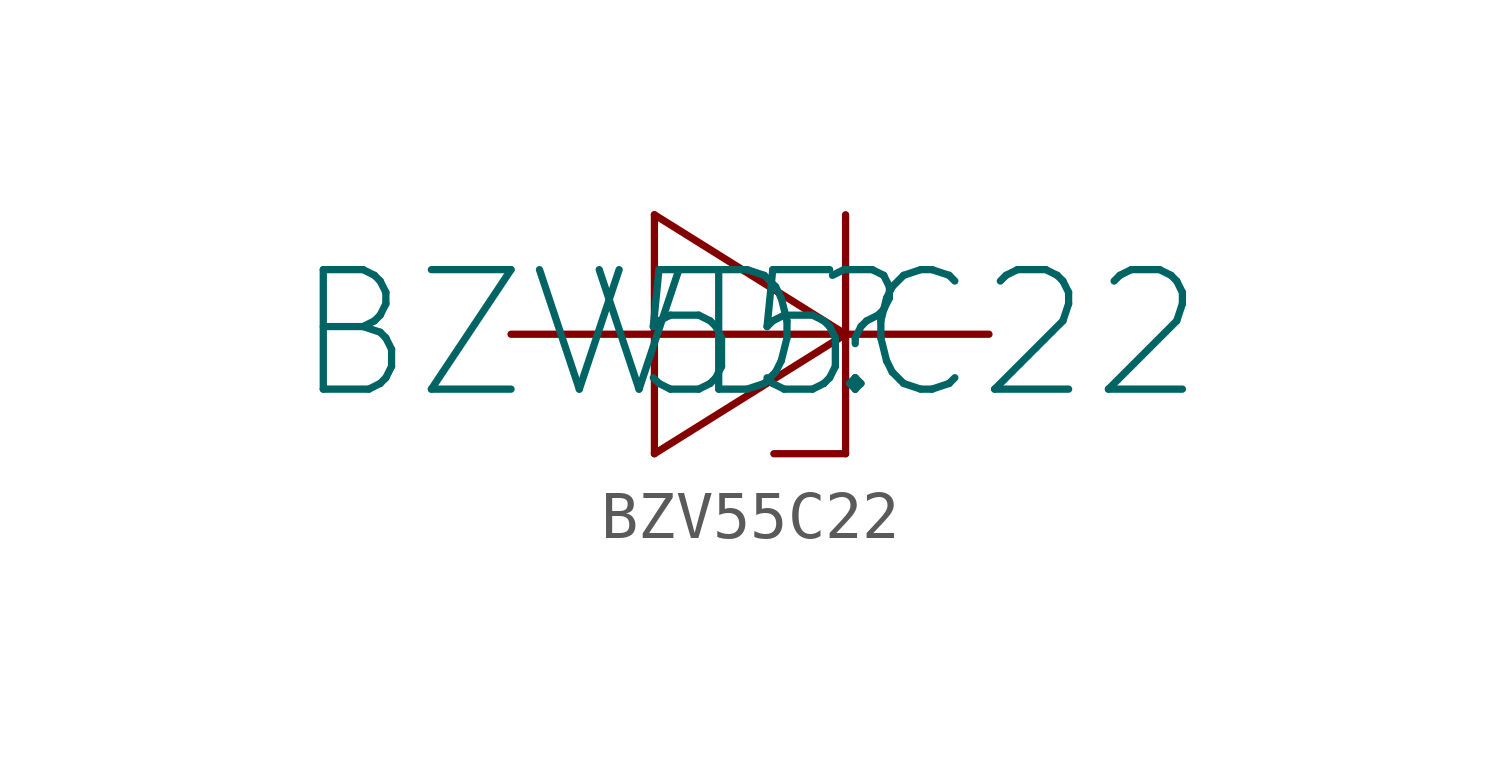
<source format=kicad_sym>
(kicad_symbol_lib
  (version 20220914)
  (generator kicad_symbol_editor)
  (symbol "BZV55C22"
    (pin_numbers hide)
    (property "Reference" "VD"
      (at 0 0 0)
      (effects (font (size 2.5 2.5))))
    (property "Value" "BZV55C22"
      (at 0 0 0)
      (effects (font (size 2.5 2.5))))
    (symbol "BZV55C22_0_1"
      (polyline (pts (xy -2 -2.5) (xy -2 2.5)) (stroke (width 0) (type default)) (fill (type none)))
      (polyline (pts (xy -2 -2.5) (xy 2 0)) (stroke (width 0) (type default)) (fill (type none)))
      (polyline (pts (xy -2 0) (xy 2 0)) (stroke (width 0) (type default)) (fill (type none)))
      (polyline (pts (xy -2 2.5) (xy 2 0)) (stroke (width 0) (type default)) (fill (type none)))
      (polyline (pts (xy 2 -2.5) (xy 0.5 -2.5)) (stroke (width 0) (type default)) (fill (type none)))
      (polyline (pts (xy 2 -2.5) (xy 2 2.5)) (stroke (width 0) (type default)) (fill (type none))))
    (symbol "BZV55C22_1_1"
      (pin input line (at -5 0 0) (length 3) (name "" (effects (font (size 1.27 1.27)))) (number "1" (effects (font (size 1.27 1.27)))))
      (pin input line (at 5 0 180) (length 3) (name "" (effects (font (size 1.27 1.27)))) (number "2" (effects (font (size 1.27 1.27))))))))
</source>
